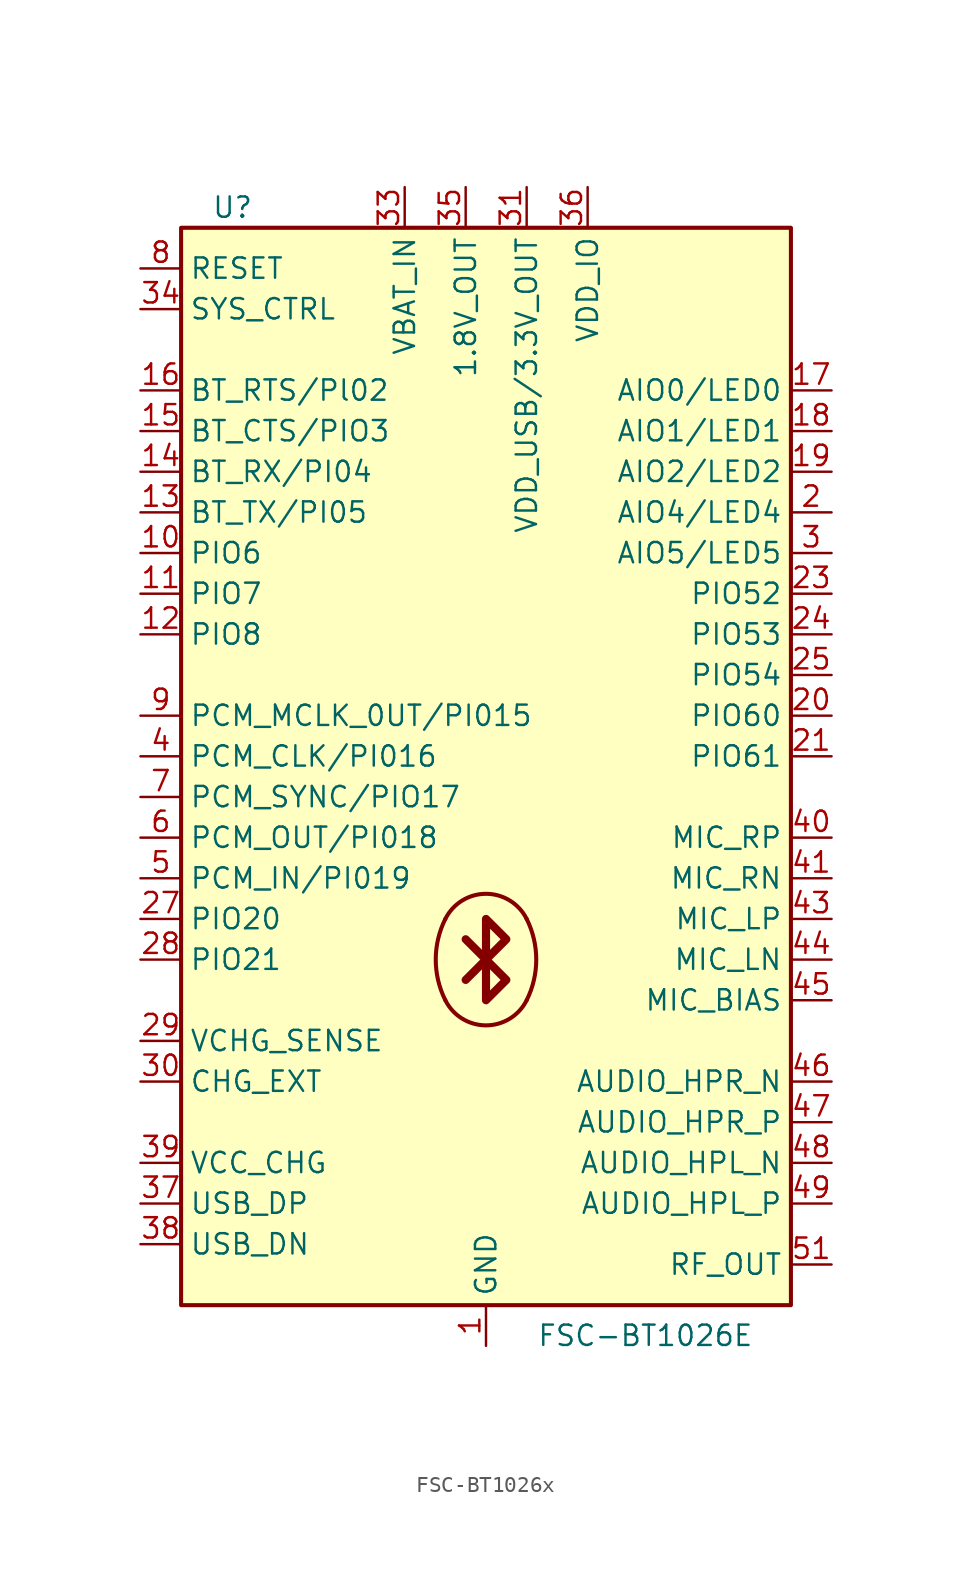
<source format=kicad_sym>
(kicad_symbol_lib
  (version 20220914)
  (generator kicad_symbol_editor)
  (symbol "FSC-BT1026x"
    (property "Reference" "U"
      (at -17.145 34.29 0)
      (effects (font (size 1.27 1.27)) (justify left)))
    (property "Value" "FSC-BT1026E"
      (at 3.175 -36.195 0)
      (effects (font (size 1.27 1.27)) (justify left)))
    (symbol "FSC-BT1026x_0_1"
      (rectangle (start -19.05 33.02) (end 19.05 -34.29) (stroke (width 0.254) (type default)) (fill (type background)))
      (arc (start -2.5399 -15.24) (mid 0.0001 -16.8098) (end 2.5401 -15.24) (stroke (width 0.254) (type default)) (fill (type background)))
      (arc (start -2.5399 -10.16) (mid -3.1395 -12.7) (end -2.5399 -15.24) (stroke (width 0.254) (type default)) (fill (type background)))
      (polyline (pts (xy 0.0001 -12.7) (xy -1.27 -13.97)) (stroke (width 0.508) (type default)) (fill (type none)))
      (polyline (pts (xy 0.0001 -12.7) (xy -1.27 -11.43)) (stroke (width 0.508) (type default)) (fill (type none)))
      (polyline (pts (xy 0.0001 -10.16) (xy 1.27 -11.43) (xy 0.0001 -12.7) (xy 1.27 -13.97) (xy 0.0001 -15.24) (xy 0.0001 -10.16)) (stroke (width 0.508) (type default)) (fill (type none)))
      (arc (start 2.5401 -15.24) (mid 3.1397 -12.7) (end 2.5401 -10.16) (stroke (width 0.254) (type default)) (fill (type background)))
      (arc (start 2.5401 -10.16) (mid 0.0001 -8.5902) (end -2.5399 -10.16) (stroke (width 0.254) (type default)) (fill (type background))))
    (symbol "FSC-BT1026x_1_0"
      (pin bidirectional line (at -21.59 12.7 0) (length 2.54) (name "PIO6" (effects (font (size 1.27 1.27)))) (number "10" (effects (font (size 1.27 1.27)))))
      (pin bidirectional line (at -21.59 10.16 0) (length 2.54) (name "PIO7" (effects (font (size 1.27 1.27)))) (number "11" (effects (font (size 1.27 1.27)))))
      (pin bidirectional line (at -21.59 7.62 0) (length 2.54) (name "PIO8" (effects (font (size 1.27 1.27)))) (number "12" (effects (font (size 1.27 1.27)))))
      (pin bidirectional line (at -21.59 15.24 0) (length 2.54) (name "BT_TX/PI05" (effects (font (size 1.27 1.27)))) (number "13" (effects (font (size 1.27 1.27)))))
      (pin bidirectional line (at -21.59 17.78 0) (length 2.54) (name "BT_RX/PI04" (effects (font (size 1.27 1.27)))) (number "14" (effects (font (size 1.27 1.27)))))
      (pin bidirectional line (at -21.59 20.32 0) (length 2.54) (name "BT_CTS/PIO3" (effects (font (size 1.27 1.27)))) (number "15" (effects (font (size 1.27 1.27)))))
      (pin bidirectional line (at -21.59 22.86 0) (length 2.54) (name "BT_RTS/Pl02" (effects (font (size 1.27 1.27)))) (number "16" (effects (font (size 1.27 1.27)))))
      (pin bidirectional line (at 21.59 22.86 180) (length 2.54) (name "AIO0/LED0" (effects (font (size 1.27 1.27)))) (number "17" (effects (font (size 1.27 1.27)))))
      (pin bidirectional line (at 21.59 20.32 180) (length 2.54) (name "AIO1/LED1" (effects (font (size 1.27 1.27)))) (number "18" (effects (font (size 1.27 1.27)))))
      (pin bidirectional line (at 21.59 17.78 180) (length 2.54) (name "AIO2/LED2" (effects (font (size 1.27 1.27)))) (number "19" (effects (font (size 1.27 1.27)))))
      (pin bidirectional line (at 21.59 15.24 180) (length 2.54) (name "AIO4/LED4" (effects (font (size 1.27 1.27)))) (number "2" (effects (font (size 1.27 1.27)))))
      (pin bidirectional line (at 21.59 2.54 180) (length 2.54) (name "PIO60" (effects (font (size 1.27 1.27)))) (number "20" (effects (font (size 1.27 1.27)))))
      (pin bidirectional line (at 21.59 0 180) (length 2.54) (name "PIO61" (effects (font (size 1.27 1.27)))) (number "21" (effects (font (size 1.27 1.27)))))
      (pin bidirectional line (at 21.59 10.16 180) (length 2.54) (name "PIO52" (effects (font (size 1.27 1.27)))) (number "23" (effects (font (size 1.27 1.27)))))
      (pin bidirectional line (at 21.59 7.62 180) (length 2.54) (name "PIO53" (effects (font (size 1.27 1.27)))) (number "24" (effects (font (size 1.27 1.27)))))
      (pin bidirectional line (at 21.59 5.08 180) (length 2.54) (name "PIO54" (effects (font (size 1.27 1.27)))) (number "25" (effects (font (size 1.27 1.27)))))
      (pin bidirectional line (at -21.59 -10.16 0) (length 2.54) (name "PIO20" (effects (font (size 1.27 1.27)))) (number "27" (effects (font (size 1.27 1.27)))))
      (pin input line (at -21.59 -12.7 0) (length 2.54) (name "PIO21" (effects (font (size 1.27 1.27)))) (number "28" (effects (font (size 1.27 1.27)))))
      (pin input line (at -21.59 -17.78 0) (length 2.54) (name "VCHG_SENSE" (effects (font (size 1.27 1.27)))) (number "29" (effects (font (size 1.27 1.27)))))
      (pin bidirectional line (at 21.59 12.7 180) (length 2.54) (name "AIO5/LED5" (effects (font (size 1.27 1.27)))) (number "3" (effects (font (size 1.27 1.27)))))
      (pin output line (at -21.59 -20.32 0) (length 2.54) (name "CHG_EXT" (effects (font (size 1.27 1.27)))) (number "30" (effects (font (size 1.27 1.27)))))
      (pin power_out line (at 2.54 35.56 270) (length 2.54) (name "VDD_USB/3.3V_OUT" (effects (font (size 1.27 1.27)))) (number "31" (effects (font (size 1.27 1.27)))))
      (pin input line (at -21.59 27.94 0) (length 2.54) (name "SYS_CTRL" (effects (font (size 1.27 1.27)))) (number "34" (effects (font (size 1.27 1.27)))))
      (pin power_in line (at -1.27 35.56 270) (length 2.54) (name "1.8V_OUT" (effects (font (size 1.27 1.27)))) (number "35" (effects (font (size 1.27 1.27)))))
      (pin bidirectional line (at -21.59 -27.94 0) (length 2.54) (name "USB_DP" (effects (font (size 1.27 1.27)))) (number "37" (effects (font (size 1.27 1.27)))))
      (pin bidirectional line (at -21.59 -30.48 0) (length 2.54) (name "USB_DN" (effects (font (size 1.27 1.27)))) (number "38" (effects (font (size 1.27 1.27)))))
      (pin input line (at -21.59 -25.4 0) (length 2.54) (name "VCC_CHG" (effects (font (size 1.27 1.27)))) (number "39" (effects (font (size 1.27 1.27)))))
      (pin bidirectional line (at -21.59 0 0) (length 2.54) (name "PCM_CLK/PI016" (effects (font (size 1.27 1.27)))) (number "4" (effects (font (size 1.27 1.27)))))
      (pin input line (at 21.59 -5.08 180) (length 2.54) (name "MIC_RP" (effects (font (size 1.27 1.27)))) (number "40" (effects (font (size 1.27 1.27)))))
      (pin input line (at 21.59 -7.62 180) (length 2.54) (name "MIC_RN" (effects (font (size 1.27 1.27)))) (number "41" (effects (font (size 1.27 1.27)))))
      (pin input line (at 21.59 -10.16 180) (length 2.54) (name "MIC_LP" (effects (font (size 1.27 1.27)))) (number "43" (effects (font (size 1.27 1.27)))))
      (pin input line (at 21.59 -12.7 180) (length 2.54) (name "MIC_LN" (effects (font (size 1.27 1.27)))) (number "44" (effects (font (size 1.27 1.27)))))
      (pin input line (at 21.59 -15.24 180) (length 2.54) (name "MIC_BIAS" (effects (font (size 1.27 1.27)))) (number "45" (effects (font (size 1.27 1.27)))))
      (pin output line (at 21.59 -20.32 180) (length 2.54) (name "AUDIO_HPR_N" (effects (font (size 1.27 1.27)))) (number "46" (effects (font (size 1.27 1.27)))))
      (pin output line (at 21.59 -22.86 180) (length 2.54) (name "AUDIO_HPR_P" (effects (font (size 1.27 1.27)))) (number "47" (effects (font (size 1.27 1.27)))))
      (pin output line (at 21.59 -25.4 180) (length 2.54) (name "AUDIO_HPL_N" (effects (font (size 1.27 1.27)))) (number "48" (effects (font (size 1.27 1.27)))))
      (pin output line (at 21.59 -27.94 180) (length 2.54) (name "AUDIO_HPL_P" (effects (font (size 1.27 1.27)))) (number "49" (effects (font (size 1.27 1.27)))))
      (pin bidirectional line (at -21.59 -7.62 0) (length 2.54) (name "PCM_IN/PI019" (effects (font (size 1.27 1.27)))) (number "5" (effects (font (size 1.27 1.27)))))
      (pin output line (at 21.59 -31.75 180) (length 2.54) (name "RF_OUT" (effects (font (size 1.27 1.27)))) (number "51" (effects (font (size 1.27 1.27)))))
      (pin bidirectional line (at -21.59 -5.08 0) (length 2.54) (name "PCM_OUT/PI018" (effects (font (size 1.27 1.27)))) (number "6" (effects (font (size 1.27 1.27)))))
      (pin bidirectional line (at -21.59 -2.54 0) (length 2.54) (name "PCM_SYNC/PIO17" (effects (font (size 1.27 1.27)))) (number "7" (effects (font (size 1.27 1.27)))))
      (pin input line (at -21.59 30.48 0) (length 2.54) (name "RESET" (effects (font (size 1.27 1.27)))) (number "8" (effects (font (size 1.27 1.27)))))
      (pin bidirectional line (at -21.59 2.54 0) (length 2.54) (name "PCM_MCLK_0UT/PI015" (effects (font (size 1.27 1.27)))) (number "9" (effects (font (size 1.27 1.27))))))
    (symbol "FSC-BT1026x_1_1"
      (pin power_in line (at 0 -36.83 90) (length 2.54) (name "GND" (effects (font (size 1.27 1.27)))) (number "1" (effects (font (size 1.27 1.27)))))
      (pin passive line (at 0 -36.83 90) (length 2.54) hide (name "GND" (effects (font (size 1.27 1.27)))) (number "22" (effects (font (size 1.27 1.27)))))
      (pin no_connect line (at -6.35 -36.83 90) (length 2.54) hide (name "NC" (effects (font (size 1.27 1.27)))) (number "26" (effects (font (size 1.27 1.27)))))
      (pin passive line (at 0 -36.83 90) (length 2.54) hide (name "GND" (effects (font (size 1.27 1.27)))) (number "32" (effects (font (size 1.27 1.27)))))
      (pin power_in line (at -5.08 35.56 270) (length 2.54) (name "VBAT_IN" (effects (font (size 1.27 1.27)))) (number "33" (effects (font (size 1.27 1.27)))))
      (pin power_in line (at 6.35 35.56 270) (length 2.54) (name "VDD_IO" (effects (font (size 1.27 1.27)))) (number "36" (effects (font (size 1.27 1.27)))))
      (pin no_connect line (at -6.35 -36.83 90) (length 2.54) hide (name "NC" (effects (font (size 1.27 1.27)))) (number "42" (effects (font (size 1.27 1.27)))))
      (pin passive line (at 0 -36.83 90) (length 2.54) hide (name "GND" (effects (font (size 1.27 1.27)))) (number "50" (effects (font (size 1.27 1.27)))))
      (pin passive line (at 0 -36.83 90) (length 2.54) hide (name "GND" (effects (font (size 1.27 1.27)))) (number "52" (effects (font (size 1.27 1.27))))))))
</source>
